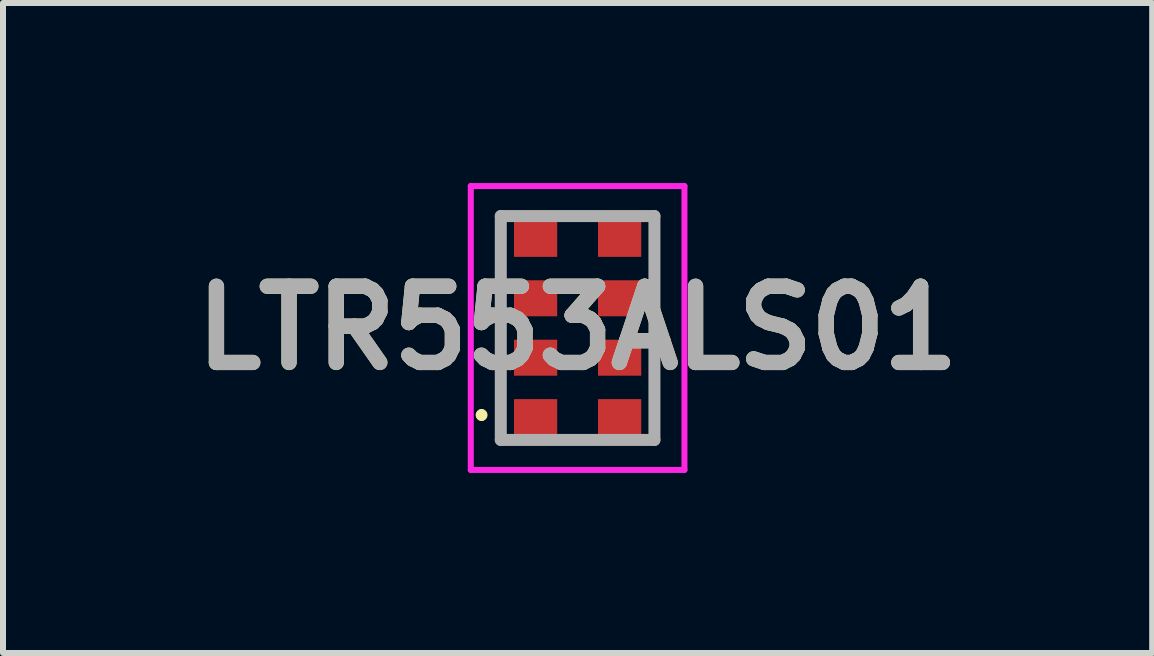
<source format=kicad_pcb>
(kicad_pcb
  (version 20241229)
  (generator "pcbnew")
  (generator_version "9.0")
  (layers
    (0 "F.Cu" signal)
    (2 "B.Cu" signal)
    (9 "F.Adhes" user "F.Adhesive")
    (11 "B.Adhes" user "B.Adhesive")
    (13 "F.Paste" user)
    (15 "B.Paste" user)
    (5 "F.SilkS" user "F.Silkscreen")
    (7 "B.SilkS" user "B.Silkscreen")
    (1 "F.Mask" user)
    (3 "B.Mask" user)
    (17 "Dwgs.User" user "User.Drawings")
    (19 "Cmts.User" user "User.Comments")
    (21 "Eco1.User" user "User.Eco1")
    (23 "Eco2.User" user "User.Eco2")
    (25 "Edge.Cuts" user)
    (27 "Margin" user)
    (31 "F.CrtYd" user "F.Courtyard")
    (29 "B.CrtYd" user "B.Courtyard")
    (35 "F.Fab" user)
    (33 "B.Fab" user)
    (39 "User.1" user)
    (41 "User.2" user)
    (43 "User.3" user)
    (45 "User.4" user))
  (footprint "LTR553ALS01"
    (layer "F.Cu")
    (at 6.574 2.415)
    (property "Reference" "LTR553ALS01" (at 0 0 0) (layer "F.SilkS") (effects (font (size 1.27 1.27) (thickness 0.254))))
    (attr smd)
    (fp_line (start -1.6 1.4) (end -1.6 1.4) (stroke (width 0.1) (type solid)) (layer "F.SilkS"))
    (fp_line (start -1.6 1.5) (end -1.6 1.5) (stroke (width 0.1) (type solid)) (layer "F.SilkS"))
    (fp_line (start -1.28 -1.865) (end -1.28 1.865) (stroke (width 0.1) (type solid)) (layer "F.SilkS"))
    (fp_line (start 1.28 -1.865) (end 1.28 1.865) (stroke (width 0.1) (type solid)) (layer "F.SilkS"))
    (fp_arc (start -1.6 1.4) (mid -1.55 1.45) (end -1.6 1.5) (stroke (width 0.1) (type solid)) (layer "F.SilkS"))
    (fp_arc (start -1.6 1.5) (mid -1.65 1.45) (end -1.6 1.4) (stroke (width 0.1) (type solid)) (layer "F.SilkS"))
    (fp_line (start -1.78 -2.365) (end 1.78 -2.365) (stroke (width 0.1) (type solid)) (layer "F.CrtYd"))
    (fp_line (start -1.78 2.365) (end -1.78 -2.365) (stroke (width 0.1) (type solid)) (layer "F.CrtYd"))
    (fp_line (start 1.78 -2.365) (end 1.78 2.365) (stroke (width 0.1) (type solid)) (layer "F.CrtYd"))
    (fp_line (start 1.78 2.365) (end -1.78 2.365) (stroke (width 0.1) (type solid)) (layer "F.CrtYd"))
    (fp_line (start -1.28 -1.865) (end 1.28 -1.865) (stroke (width 0.2) (type solid)) (layer "F.Fab"))
    (fp_line (start -1.28 1.865) (end -1.28 -1.865) (stroke (width 0.2) (type solid)) (layer "F.Fab"))
    (fp_line (start 1.28 -1.865) (end 1.28 1.865) (stroke (width 0.2) (type solid)) (layer "F.Fab"))
    (fp_line (start 1.28 1.865) (end -1.28 1.865) (stroke (width 0.2) (type solid)) (layer "F.Fab"))
    (fp_text user "${REFERENCE}" (at 0 0 0) (layer "F.Fab") (effects (font (size 1.27 1.27) (thickness 0.254))))
    (pad "1" smd rect (at -0.7 1.485 90) (size 0.6 0.72) (layers "F.Cu" "F.Mask" "F.Paste"))
    (pad "2" smd rect (at -0.7 0.495 90) (size 0.6 0.72) (layers "F.Cu" "F.Mask" "F.Paste"))
    (pad "3" smd rect (at -0.7 -0.495 90) (size 0.6 0.72) (layers "F.Cu" "F.Mask" "F.Paste"))
    (pad "4" smd rect (at -0.7 -1.485 90) (size 0.6 0.72) (layers "F.Cu" "F.Mask" "F.Paste"))
    (pad "5" smd rect (at 0.7 -1.485 90) (size 0.6 0.72) (layers "F.Cu" "F.Mask" "F.Paste"))
    (pad "6" smd rect (at 0.7 -0.495 90) (size 0.6 0.72) (layers "F.Cu" "F.Mask" "F.Paste"))
    (pad "7" smd rect (at 0.7 0.495 90) (size 0.6 0.72) (layers "F.Cu" "F.Mask" "F.Paste"))
    (pad "8" smd rect (at 0.7 1.485 90) (size 0.6 0.72) (layers "F.Cu" "F.Mask" "F.Paste")))
  (gr_rect
    (start -3 -3)
    (end 16.148 7.83)
    (stroke (width 0.1) (type default))
    (fill no)
    (layer "Edge.Cuts")))
</source>
